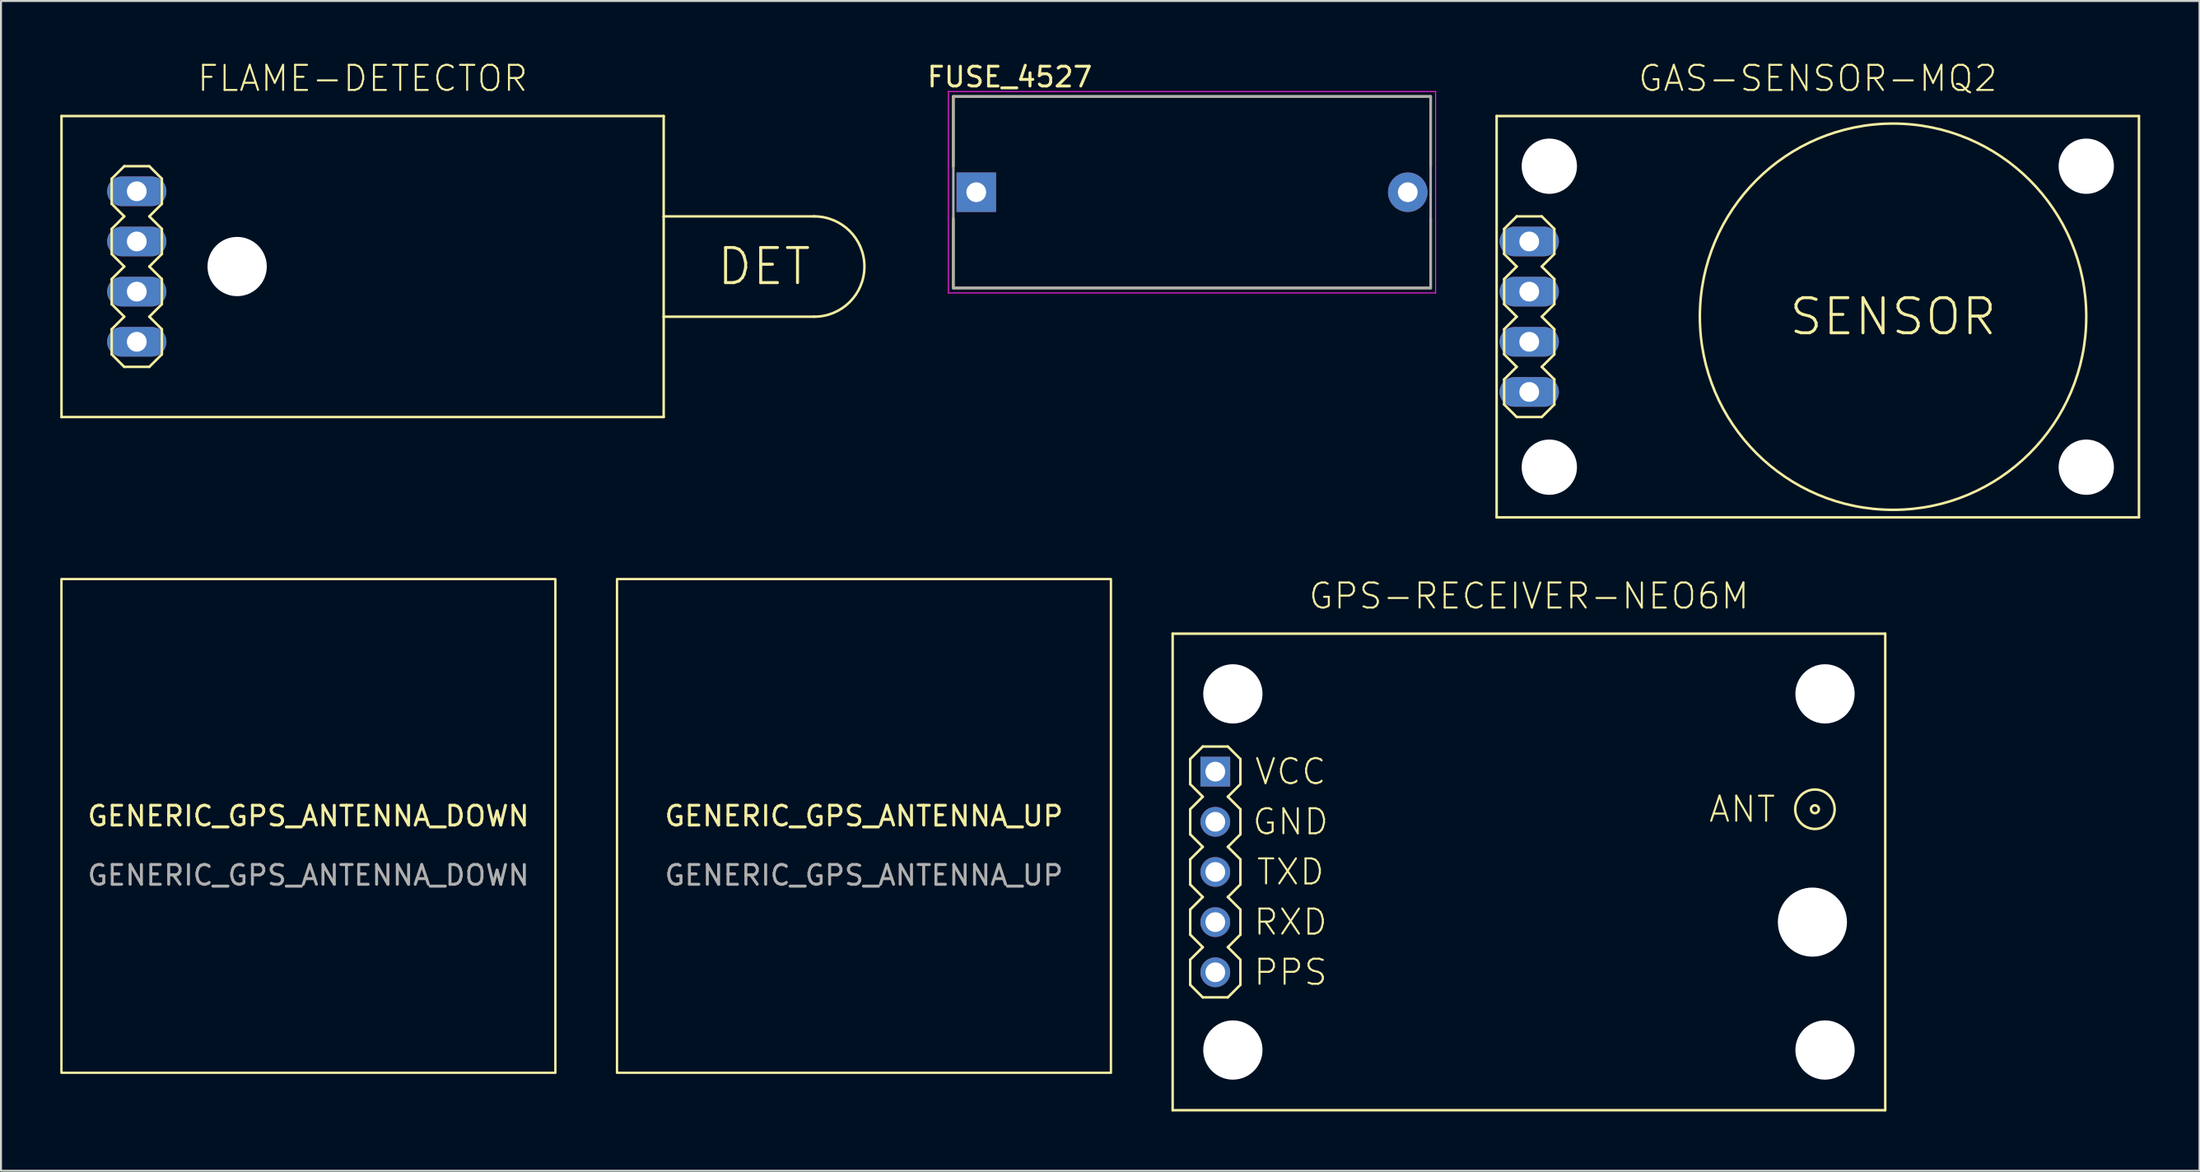
<source format=kicad_pcb>
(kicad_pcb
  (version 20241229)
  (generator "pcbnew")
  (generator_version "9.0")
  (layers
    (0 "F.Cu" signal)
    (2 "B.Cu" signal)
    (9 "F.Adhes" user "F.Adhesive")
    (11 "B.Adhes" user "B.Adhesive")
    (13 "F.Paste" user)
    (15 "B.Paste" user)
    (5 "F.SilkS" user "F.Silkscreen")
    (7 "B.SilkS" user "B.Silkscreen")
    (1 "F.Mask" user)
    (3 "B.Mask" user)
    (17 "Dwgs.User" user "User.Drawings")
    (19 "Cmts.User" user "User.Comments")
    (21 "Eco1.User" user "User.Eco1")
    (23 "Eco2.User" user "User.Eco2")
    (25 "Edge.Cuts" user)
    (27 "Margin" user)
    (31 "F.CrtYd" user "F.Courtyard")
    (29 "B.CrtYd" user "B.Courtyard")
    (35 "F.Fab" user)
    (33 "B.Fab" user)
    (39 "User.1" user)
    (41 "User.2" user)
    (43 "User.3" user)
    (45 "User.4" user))
  (footprint "GENERIC_GPS_ANTENNA_UP"
    (layer "F.Cu")
    (at 40.68 38.77)
    (property "Reference" "GENERIC_GPS_ANTENNA_UP" (at 0 -0.5 0) (unlocked yes) (layer "F.SilkS") (effects (font (size 1 1) (thickness 0.15))))
    (attr smd)
    (fp_rect (start -12.5 -12.5) (end 12.5 12.5) (stroke (width 0.12) (type solid)) (fill no) (layer "F.SilkS"))
    (fp_text user "${REFERENCE}" (at 0 2.5 0) (unlocked yes) (layer "F.Fab") (effects (font (size 1 1) (thickness 0.15))))
    (zone (net_name "") (layers "F.Cu" "B.Cu" "F.SilkS") (hatch edge 0.508) (connect_pads) (min_thickness 0.254) (filled_areas_thickness no) (keepout (tracks not_allowed) (vias not_allowed) (pads not_allowed) (copperpour not_allowed) (footprints allowed)) (placement (enabled no)) (fill) (polygon (pts (xy 50.68 48.77) (xy 30.68 48.77) (xy 30.68 28.77) (xy 50.68 28.77)))))
  (footprint "FUSE_4527"
    (layer "F.Cu")
    (at 57.284 6.683)
    (property "Reference" "FUSE_4527" (at -9.225 -5.835 0) (layer "F.SilkS") (effects (font (size 1 1) (thickness 0.15))))
    (attr through_hole)
    (fp_line (start -12.08 -4.85) (end -12.08 -1.32) (stroke (width 0.127) (type solid)) (layer "F.SilkS"))
    (fp_line (start -12.08 -4.85) (end 12.08 -4.85) (stroke (width 0.127) (type solid)) (layer "F.SilkS"))
    (fp_line (start -12.08 4.85) (end -12.08 1.32) (stroke (width 0.127) (type solid)) (layer "F.SilkS"))
    (fp_line (start -12.08 4.85) (end 12.08 4.85) (stroke (width 0.127) (type solid)) (layer "F.SilkS"))
    (fp_line (start 12.08 -4.85) (end 12.08 -1.32) (stroke (width 0.127) (type solid)) (layer "F.SilkS"))
    (fp_line (start 12.08 4.85) (end 12.08 1.32) (stroke (width 0.127) (type solid)) (layer "F.SilkS"))
    (fp_line (start -12.33 -5.1) (end 12.33 -5.1) (stroke (width 0.05) (type solid)) (layer "F.CrtYd"))
    (fp_line (start -12.33 5.1) (end -12.33 -5.1) (stroke (width 0.05) (type solid)) (layer "F.CrtYd"))
    (fp_line (start 12.33 -5.1) (end 12.33 5.1) (stroke (width 0.05) (type solid)) (layer "F.CrtYd"))
    (fp_line (start 12.33 5.1) (end -12.33 5.1) (stroke (width 0.05) (type solid)) (layer "F.CrtYd"))
    (fp_line (start -12.08 -4.85) (end 12.08 -4.85) (stroke (width 0.127) (type solid)) (layer "F.Fab"))
    (fp_line (start -12.08 4.85) (end -12.08 -4.85) (stroke (width 0.127) (type solid)) (layer "F.Fab"))
    (fp_line (start 12.08 -4.85) (end 12.08 4.85) (stroke (width 0.127) (type solid)) (layer "F.Fab"))
    (fp_line (start 12.08 4.85) (end -12.08 4.85) (stroke (width 0.127) (type solid)) (layer "F.Fab"))
    (pad "1" thru_hole rect (at -10.92 0) (size 2 2) (drill 1) (layers "*.Cu" "*.Mask"))
    (pad "2" thru_hole circle (at 10.92 0) (size 2 2) (drill 1) (layers "*.Cu" "*.Mask")))
  (footprint "GENERIC_GPS_ANTENNA_DOWN"
    (layer "F.Cu")
    (at 12.56 38.77)
    (property "Reference" "GENERIC_GPS_ANTENNA_DOWN" (at 0 -0.5 0) (unlocked yes) (layer "F.SilkS") (effects (font (size 1 1) (thickness 0.15))))
    (attr smd)
    (fp_rect (start -12.5 -12.5) (end 12.5 12.5) (stroke (width 0.12) (type solid)) (fill no) (layer "F.SilkS"))
    (fp_text user "${REFERENCE}" (at 0 2.5 0) (unlocked yes) (layer "F.Fab") (effects (font (size 1 1) (thickness 0.15))))
    (zone (net_name "") (layers "F.Cu" "B.Cu" "F.SilkS") (hatch edge 0.508) (connect_pads) (min_thickness 0.254) (filled_areas_thickness no) (keepout (tracks not_allowed) (vias not_allowed) (pads not_allowed) (copperpour not_allowed) (footprints allowed)) (placement (enabled no)) (fill) (polygon (pts (xy 22.56 48.77) (xy 2.56 48.77) (xy 2.56 28.77) (xy 22.56 28.77)))))
  (footprint "GPS-RECEIVER-NEO6M"
    (layer "F.Cu")
    (at 74.338 41.101)
    (property "Reference" "GPS-RECEIVER-NEO6M" (at 0 -13.97 0) (layer "F.SilkS") (effects (font (size 1.27 1.27) (thickness 0.102))))
    (attr exclude_from_pos_files exclude_from_bom)
    (fp_line (start -18.034 -12.065) (end -18.034 12.065) (stroke (width 0.127) (type solid)) (layer "F.SilkS"))
    (fp_line (start -18.034 -12.065) (end 18.034 -12.065) (stroke (width 0.127) (type solid)) (layer "F.SilkS"))
    (fp_line (start -17.145 -5.715) (end -16.51 -6.35) (stroke (width 0.127) (type solid)) (layer "F.SilkS"))
    (fp_line (start -17.145 -4.445) (end -17.145 -5.715) (stroke (width 0.127) (type solid)) (layer "F.SilkS"))
    (fp_line (start -17.145 -3.175) (end -16.51 -3.81) (stroke (width 0.127) (type solid)) (layer "F.SilkS"))
    (fp_line (start -17.145 -1.905) (end -17.145 -3.175) (stroke (width 0.127) (type solid)) (layer "F.SilkS"))
    (fp_line (start -17.145 -0.635) (end -16.51 -1.27) (stroke (width 0.127) (type solid)) (layer "F.SilkS"))
    (fp_line (start -17.145 0.635) (end -17.145 -0.635) (stroke (width 0.127) (type solid)) (layer "F.SilkS"))
    (fp_line (start -17.145 1.905) (end -16.51 1.27) (stroke (width 0.127) (type solid)) (layer "F.SilkS"))
    (fp_line (start -17.145 3.175) (end -17.145 1.905) (stroke (width 0.127) (type solid)) (layer "F.SilkS"))
    (fp_line (start -17.145 4.445) (end -16.51 3.81) (stroke (width 0.127) (type solid)) (layer "F.SilkS"))
    (fp_line (start -17.145 5.715) (end -17.145 4.445) (stroke (width 0.127) (type solid)) (layer "F.SilkS"))
    (fp_line (start -16.51 -6.35) (end -15.24 -6.35) (stroke (width 0.127) (type solid)) (layer "F.SilkS"))
    (fp_line (start -16.51 -3.81) (end -17.145 -4.445) (stroke (width 0.127) (type solid)) (layer "F.SilkS"))
    (fp_line (start -16.51 -1.27) (end -17.145 -1.905) (stroke (width 0.127) (type solid)) (layer "F.SilkS"))
    (fp_line (start -16.51 1.27) (end -17.145 0.635) (stroke (width 0.127) (type solid)) (layer "F.SilkS"))
    (fp_line (start -16.51 3.81) (end -17.145 3.175) (stroke (width 0.127) (type solid)) (layer "F.SilkS"))
    (fp_line (start -16.51 6.35) (end -17.145 5.715) (stroke (width 0.127) (type solid)) (layer "F.SilkS"))
    (fp_line (start -16.51 6.35) (end -15.24 6.35) (stroke (width 0.127) (type solid)) (layer "F.SilkS"))
    (fp_line (start -15.24 -6.35) (end -14.605 -5.715) (stroke (width 0.127) (type solid)) (layer "F.SilkS"))
    (fp_line (start -15.24 -3.81) (end -14.605 -3.175) (stroke (width 0.127) (type solid)) (layer "F.SilkS"))
    (fp_line (start -15.24 -1.27) (end -14.605 -0.635) (stroke (width 0.127) (type solid)) (layer "F.SilkS"))
    (fp_line (start -15.24 1.27) (end -14.605 1.905) (stroke (width 0.127) (type solid)) (layer "F.SilkS"))
    (fp_line (start -15.24 3.81) (end -14.605 4.445) (stroke (width 0.127) (type solid)) (layer "F.SilkS"))
    (fp_line (start -14.605 -5.715) (end -14.605 -4.445) (stroke (width 0.127) (type solid)) (layer "F.SilkS"))
    (fp_line (start -14.605 -4.445) (end -15.24 -3.81) (stroke (width 0.127) (type solid)) (layer "F.SilkS"))
    (fp_line (start -14.605 -3.175) (end -14.605 -1.905) (stroke (width 0.127) (type solid)) (layer "F.SilkS"))
    (fp_line (start -14.605 -1.905) (end -15.24 -1.27) (stroke (width 0.127) (type solid)) (layer "F.SilkS"))
    (fp_line (start -14.605 -0.635) (end -14.605 0.635) (stroke (width 0.127) (type solid)) (layer "F.SilkS"))
    (fp_line (start -14.605 0.635) (end -15.24 1.27) (stroke (width 0.127) (type solid)) (layer "F.SilkS"))
    (fp_line (start -14.605 1.905) (end -14.605 3.175) (stroke (width 0.127) (type solid)) (layer "F.SilkS"))
    (fp_line (start -14.605 3.175) (end -15.24 3.81) (stroke (width 0.127) (type solid)) (layer "F.SilkS"))
    (fp_line (start -14.605 4.445) (end -14.605 5.715) (stroke (width 0.127) (type solid)) (layer "F.SilkS"))
    (fp_line (start -14.605 5.715) (end -15.24 6.35) (stroke (width 0.127) (type solid)) (layer "F.SilkS"))
    (fp_line (start 18.034 -12.065) (end 18.034 12.065) (stroke (width 0.127) (type solid)) (layer "F.SilkS"))
    (fp_line (start 18.034 12.065) (end -18.034 12.065) (stroke (width 0.127) (type solid)) (layer "F.SilkS"))
    (fp_circle (center 14.475 -3.175) (end 14.475 -4.173) (stroke (width 0.127) (type solid)) (fill no) (layer "F.SilkS"))
    (fp_circle (center 14.475 -3.175) (end 14.475 -3.373) (stroke (width 0.127) (type solid)) (fill no) (layer "F.SilkS"))
    (fp_text user "PPS" (at -12.065 5.08 0) (layer "F.SilkS") (effects (font (size 1.27 1.27) (thickness 0.102))))
    (fp_text user "VCC" (at -12.065 -5.08 0) (layer "F.SilkS") (effects (font (size 1.27 1.27) (thickness 0.102))))
    (fp_text user "ANT" (at 10.795 -3.175 0) (layer "F.SilkS") (effects (font (size 1.27 1.27) (thickness 0.102))))
    (fp_text user "GND" (at -12.065 -2.54 0) (layer "F.SilkS") (effects (font (size 1.27 1.27) (thickness 0.102))))
    (fp_text user "RXD" (at -12.065 2.54 0) (layer "F.SilkS") (effects (font (size 1.27 1.27) (thickness 0.102))))
    (fp_text user "TXD" (at -12.065 0 0) (layer "F.SilkS") (effects (font (size 1.27 1.27) (thickness 0.102))))
    (pad "" np_thru_hole circle (at -14.986 -9.017) (size 3 3) (drill 3) (layers "*.Cu" "*.Mask"))
    (pad "" np_thru_hole circle (at -14.986 9.017) (size 3 3) (drill 3) (layers "*.Cu" "*.Mask"))
    (pad "" np_thru_hole circle (at 14.348 2.54) (size 3.498 3.498) (drill 3.498) (layers "*.Cu" "*.Mask"))
    (pad "" np_thru_hole circle (at 14.986 -9.017) (size 3 3) (drill 3) (layers "*.Cu" "*.Mask"))
    (pad "" np_thru_hole circle (at 14.986 9.017) (size 3 3) (drill 3) (layers "*.Cu" "*.Mask"))
    (pad "1" thru_hole rect (at -15.875 -5.08) (size 1.506 1.506) (drill 0.998) (layers "*.Cu" "*.Paste" "*.Mask"))
    (pad "2" thru_hole circle (at -15.875 -2.54) (size 1.506 1.506) (drill 0.998) (layers "*.Cu" "*.Paste" "*.Mask"))
    (pad "3" thru_hole circle (at -15.875 0) (size 1.506 1.506) (drill 0.998) (layers "*.Cu" "*.Paste" "*.Mask"))
    (pad "4" thru_hole circle (at -15.875 2.54) (size 1.506 1.506) (drill 0.998) (layers "*.Cu" "*.Paste" "*.Mask"))
    (pad "5" thru_hole circle (at -15.875 5.08) (size 1.506 1.506) (drill 0.998) (layers "*.Cu" "*.Paste" "*.Mask")))
  (footprint "GAS-SENSOR-MQ2"
    (layer "F.Cu")
    (at 88.958 12.986)
    (property "Reference" "GAS-SENSOR-MQ2" (at 0 -12.065 0) (layer "F.SilkS") (effects (font (size 1.27 1.27) (thickness 0.102))))
    (attr exclude_from_pos_files exclude_from_bom)
    (fp_line (start -16.256 -10.16) (end 16.256 -10.16) (stroke (width 0.127) (type solid)) (layer "F.SilkS"))
    (fp_line (start -16.256 10.16) (end -16.256 -10.16) (stroke (width 0.127) (type solid)) (layer "F.SilkS"))
    (fp_line (start -15.875 -4.445) (end -15.24 -5.08) (stroke (width 0.127) (type solid)) (layer "F.SilkS"))
    (fp_line (start -15.875 -3.175) (end -15.875 -4.445) (stroke (width 0.127) (type solid)) (layer "F.SilkS"))
    (fp_line (start -15.875 -1.905) (end -15.24 -2.54) (stroke (width 0.127) (type solid)) (layer "F.SilkS"))
    (fp_line (start -15.875 -0.635) (end -15.875 -1.905) (stroke (width 0.127) (type solid)) (layer "F.SilkS"))
    (fp_line (start -15.875 0.635) (end -15.24 0) (stroke (width 0.127) (type solid)) (layer "F.SilkS"))
    (fp_line (start -15.875 1.905) (end -15.875 0.635) (stroke (width 0.127) (type solid)) (layer "F.SilkS"))
    (fp_line (start -15.875 3.175) (end -15.875 4.445) (stroke (width 0.127) (type solid)) (layer "F.SilkS"))
    (fp_line (start -15.875 4.445) (end -15.24 5.08) (stroke (width 0.127) (type solid)) (layer "F.SilkS"))
    (fp_line (start -15.24 -5.08) (end -13.97 -5.08) (stroke (width 0.127) (type solid)) (layer "F.SilkS"))
    (fp_line (start -15.24 -2.54) (end -15.875 -3.175) (stroke (width 0.127) (type solid)) (layer "F.SilkS"))
    (fp_line (start -15.24 0) (end -15.875 -0.635) (stroke (width 0.127) (type solid)) (layer "F.SilkS"))
    (fp_line (start -15.24 2.54) (end -15.875 1.905) (stroke (width 0.127) (type solid)) (layer "F.SilkS"))
    (fp_line (start -15.24 2.54) (end -15.875 3.175) (stroke (width 0.127) (type solid)) (layer "F.SilkS"))
    (fp_line (start -15.24 5.08) (end -13.97 5.08) (stroke (width 0.127) (type solid)) (layer "F.SilkS"))
    (fp_line (start -13.97 -5.08) (end -13.335 -4.445) (stroke (width 0.127) (type solid)) (layer "F.SilkS"))
    (fp_line (start -13.97 -2.54) (end -13.335 -1.905) (stroke (width 0.127) (type solid)) (layer "F.SilkS"))
    (fp_line (start -13.97 0) (end -13.335 0.635) (stroke (width 0.127) (type solid)) (layer "F.SilkS"))
    (fp_line (start -13.97 5.08) (end -13.335 4.445) (stroke (width 0.127) (type solid)) (layer "F.SilkS"))
    (fp_line (start -13.335 -4.445) (end -13.335 -3.175) (stroke (width 0.127) (type solid)) (layer "F.SilkS"))
    (fp_line (start -13.335 -3.175) (end -13.97 -2.54) (stroke (width 0.127) (type solid)) (layer "F.SilkS"))
    (fp_line (start -13.335 -1.905) (end -13.335 -0.635) (stroke (width 0.127) (type solid)) (layer "F.SilkS"))
    (fp_line (start -13.335 -0.635) (end -13.97 0) (stroke (width 0.127) (type solid)) (layer "F.SilkS"))
    (fp_line (start -13.335 0.635) (end -13.335 1.905) (stroke (width 0.127) (type solid)) (layer "F.SilkS"))
    (fp_line (start -13.335 1.905) (end -13.97 2.54) (stroke (width 0.127) (type solid)) (layer "F.SilkS"))
    (fp_line (start -13.335 3.175) (end -13.97 2.54) (stroke (width 0.127) (type solid)) (layer "F.SilkS"))
    (fp_line (start -13.335 4.445) (end -13.335 3.175) (stroke (width 0.127) (type solid)) (layer "F.SilkS"))
    (fp_line (start 16.256 -10.16) (end 16.256 10.16) (stroke (width 0.127) (type solid)) (layer "F.SilkS"))
    (fp_line (start 16.256 10.16) (end -16.256 10.16) (stroke (width 0.127) (type solid)) (layer "F.SilkS"))
    (fp_circle (center 3.81 0) (end 3.81 -9.779) (stroke (width 0.127) (type solid)) (fill no) (layer "F.SilkS"))
    (fp_text user "SENSOR" (at 3.81 0 0) (layer "F.SilkS") (effects (font (size 1.778 1.778) (thickness 0.152))))
    (pad "" np_thru_hole circle (at -13.589 -7.62) (size 2.799 2.799) (drill 2.799) (layers "*.Cu" "*.Mask"))
    (pad "" np_thru_hole circle (at -13.589 7.62) (size 2.799 2.799) (drill 2.799) (layers "*.Cu" "*.Mask"))
    (pad "" np_thru_hole circle (at 13.589 -7.62) (size 2.799 2.799) (drill 2.799) (layers "*.Cu" "*.Mask"))
    (pad "" np_thru_hole circle (at 13.589 7.62) (size 2.799 2.799) (drill 2.799) (layers "*.Cu" "*.Mask"))
    (pad "1" thru_hole oval (at -14.605 -3.81) (size 3 1.5) (drill 1) (layers "*.Cu" "*.Mask"))
    (pad "2" thru_hole oval (at -14.605 -1.27) (size 3 1.5) (drill 1) (layers "*.Cu" "*.Mask"))
    (pad "3" thru_hole oval (at -14.605 1.27) (size 3 1.5) (drill 1) (layers "*.Cu" "*.Mask"))
    (pad "4" thru_hole oval (at -14.605 3.81) (size 3 1.5) (drill 1) (layers "*.Cu" "*.Mask")))
  (footprint "FLAME-DETECTOR"
    (layer "F.Cu")
    (at 15.303 10.446)
    (property "Reference" "FLAME-DETECTOR" (at 0 -9.525 0) (layer "F.SilkS") (effects (font (size 1.27 1.27) (thickness 0.102))))
    (attr exclude_from_pos_files exclude_from_bom)
    (fp_line (start -15.24 -7.62) (end 15.24 -7.62) (stroke (width 0.127) (type solid)) (layer "F.SilkS"))
    (fp_line (start -15.24 7.62) (end -15.24 -7.62) (stroke (width 0.127) (type solid)) (layer "F.SilkS"))
    (fp_line (start -12.7 -4.445) (end -12.065 -5.08) (stroke (width 0.127) (type solid)) (layer "F.SilkS"))
    (fp_line (start -12.7 -3.175) (end -12.7 -4.445) (stroke (width 0.127) (type solid)) (layer "F.SilkS"))
    (fp_line (start -12.7 -1.905) (end -12.065 -2.54) (stroke (width 0.127) (type solid)) (layer "F.SilkS"))
    (fp_line (start -12.7 -0.635) (end -12.7 -1.905) (stroke (width 0.127) (type solid)) (layer "F.SilkS"))
    (fp_line (start -12.7 0.635) (end -12.065 0) (stroke (width 0.127) (type solid)) (layer "F.SilkS"))
    (fp_line (start -12.7 1.905) (end -12.7 0.635) (stroke (width 0.127) (type solid)) (layer "F.SilkS"))
    (fp_line (start -12.7 3.175) (end -12.065 2.54) (stroke (width 0.127) (type solid)) (layer "F.SilkS"))
    (fp_line (start -12.7 4.445) (end -12.7 3.175) (stroke (width 0.127) (type solid)) (layer "F.SilkS"))
    (fp_line (start -12.065 -5.08) (end -10.795 -5.08) (stroke (width 0.127) (type solid)) (layer "F.SilkS"))
    (fp_line (start -12.065 -2.54) (end -12.7 -3.175) (stroke (width 0.127) (type solid)) (layer "F.SilkS"))
    (fp_line (start -12.065 0) (end -12.7 -0.635) (stroke (width 0.127) (type solid)) (layer "F.SilkS"))
    (fp_line (start -12.065 2.54) (end -12.7 1.905) (stroke (width 0.127) (type solid)) (layer "F.SilkS"))
    (fp_line (start -12.065 5.08) (end -12.7 4.445) (stroke (width 0.127) (type solid)) (layer "F.SilkS"))
    (fp_line (start -10.795 -5.08) (end -10.16 -4.445) (stroke (width 0.127) (type solid)) (layer "F.SilkS"))
    (fp_line (start -10.795 -2.54) (end -10.16 -1.905) (stroke (width 0.127) (type solid)) (layer "F.SilkS"))
    (fp_line (start -10.795 0) (end -10.16 0.635) (stroke (width 0.127) (type solid)) (layer "F.SilkS"))
    (fp_line (start -10.795 2.54) (end -10.16 3.175) (stroke (width 0.127) (type solid)) (layer "F.SilkS"))
    (fp_line (start -10.795 5.08) (end -12.065 5.08) (stroke (width 0.127) (type solid)) (layer "F.SilkS"))
    (fp_line (start -10.16 -4.445) (end -10.16 -3.175) (stroke (width 0.127) (type solid)) (layer "F.SilkS"))
    (fp_line (start -10.16 -3.175) (end -10.795 -2.54) (stroke (width 0.127) (type solid)) (layer "F.SilkS"))
    (fp_line (start -10.16 -1.905) (end -10.16 -0.635) (stroke (width 0.127) (type solid)) (layer "F.SilkS"))
    (fp_line (start -10.16 -0.635) (end -10.795 0) (stroke (width 0.127) (type solid)) (layer "F.SilkS"))
    (fp_line (start -10.16 0.635) (end -10.16 1.905) (stroke (width 0.127) (type solid)) (layer "F.SilkS"))
    (fp_line (start -10.16 1.905) (end -10.795 2.54) (stroke (width 0.127) (type solid)) (layer "F.SilkS"))
    (fp_line (start -10.16 3.175) (end -10.16 4.445) (stroke (width 0.127) (type solid)) (layer "F.SilkS"))
    (fp_line (start -10.16 4.445) (end -10.795 5.08) (stroke (width 0.127) (type solid)) (layer "F.SilkS"))
    (fp_line (start 15.24 -7.62) (end 15.24 -2.54) (stroke (width 0.127) (type solid)) (layer "F.SilkS"))
    (fp_line (start 15.24 -2.54) (end 15.24 2.54) (stroke (width 0.127) (type solid)) (layer "F.SilkS"))
    (fp_line (start 15.24 -2.54) (end 22.86 -2.54) (stroke (width 0.127) (type solid)) (layer "F.SilkS"))
    (fp_line (start 15.24 2.54) (end 15.24 7.62) (stroke (width 0.127) (type solid)) (layer "F.SilkS"))
    (fp_line (start 15.24 2.54) (end 22.86 2.54) (stroke (width 0.127) (type solid)) (layer "F.SilkS"))
    (fp_line (start 15.24 7.62) (end -15.24 7.62) (stroke (width 0.127) (type solid)) (layer "F.SilkS"))
    (fp_arc (start 22.86 -2.54) (mid 25.4 0) (end 22.86 2.54) (stroke (width 0.127) (type solid)) (layer "F.SilkS"))
    (fp_text user "DET" (at 20.32 0 0) (layer "F.SilkS") (effects (font (size 1.778 1.778) (thickness 0.152))))
    (pad "" np_thru_hole circle (at -6.35 0) (size 3 3) (drill 3) (layers "*.Cu" "*.Mask"))
    (pad "1" thru_hole oval (at -11.43 -3.81) (size 3 1.5) (drill 1) (layers "*.Cu" "*.Mask"))
    (pad "2" thru_hole oval (at -11.43 -1.27) (size 3 1.5) (drill 1) (layers "*.Cu" "*.Mask"))
    (pad "3" thru_hole oval (at -11.43 1.27) (size 3 1.5) (drill 1) (layers "*.Cu" "*.Mask"))
    (pad "4" thru_hole oval (at -11.43 3.81) (size 3 1.5) (drill 1) (layers "*.Cu" "*.Mask")))
  (gr_rect
    (start -3 -3)
    (end 108.278 56.23)
    (stroke (width 0.1) (type default))
    (fill no)
    (layer "Edge.Cuts")))
</source>
